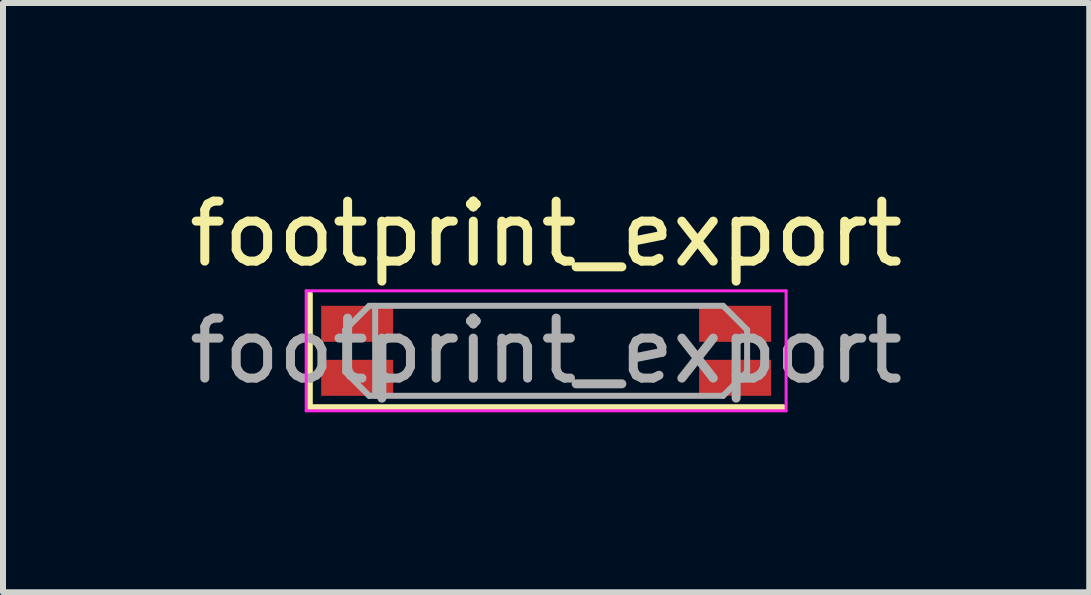
<source format=kicad_pcb>
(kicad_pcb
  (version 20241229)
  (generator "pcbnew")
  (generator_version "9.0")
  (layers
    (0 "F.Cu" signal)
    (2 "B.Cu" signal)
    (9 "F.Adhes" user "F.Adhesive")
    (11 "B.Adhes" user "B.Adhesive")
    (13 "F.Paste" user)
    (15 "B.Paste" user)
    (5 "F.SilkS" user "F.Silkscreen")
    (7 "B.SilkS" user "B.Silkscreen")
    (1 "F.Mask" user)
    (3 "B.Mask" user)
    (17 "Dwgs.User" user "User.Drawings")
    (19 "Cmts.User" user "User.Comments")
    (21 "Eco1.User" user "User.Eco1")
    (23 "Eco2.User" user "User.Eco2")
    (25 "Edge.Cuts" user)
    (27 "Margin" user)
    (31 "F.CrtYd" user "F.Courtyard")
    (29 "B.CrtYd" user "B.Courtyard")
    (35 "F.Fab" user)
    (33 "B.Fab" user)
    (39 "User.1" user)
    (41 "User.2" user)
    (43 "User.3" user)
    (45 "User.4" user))
  (footprint "footprint_export"
    (layer "F.Cu")
    (at 6.054 2.798)
    (property "Reference" "footprint_export" (at 0 -1.95 0) (layer "F.SilkS") (effects (font (size 1 1) (thickness 0.15))))
    (attr smd)
    (fp_line (start -3.95 -0.95) (end -3.95 0.95) (stroke (width 0.12) (type solid)) (layer "F.SilkS"))
    (fp_line (start -3.95 0.95) (end 3.95 0.95) (stroke (width 0.12) (type solid)) (layer "F.SilkS"))
    (fp_line (start -4 -1) (end -4 1) (stroke (width 0.05) (type solid)) (layer "F.CrtYd"))
    (fp_line (start -4 1) (end 4 1) (stroke (width 0.05) (type solid)) (layer "F.CrtYd"))
    (fp_line (start 4 -1) (end -4 -1) (stroke (width 0.05) (type solid)) (layer "F.CrtYd"))
    (fp_line (start 4 1) (end 4 -1) (stroke (width 0.05) (type solid)) (layer "F.CrtYd"))
    (fp_line (start -3.35 -0.35) (end -2.95 -0.75) (stroke (width 0.1) (type solid)) (layer "F.Fab"))
    (fp_line (start -3.35 0.35) (end -3.35 -0.35) (stroke (width 0.1) (type solid)) (layer "F.Fab"))
    (fp_line (start -2.95 -0.75) (end 2.95 -0.75) (stroke (width 0.1) (type solid)) (layer "F.Fab"))
    (fp_line (start -2.95 0.75) (end -3.35 0.35) (stroke (width 0.1) (type solid)) (layer "F.Fab"))
    (fp_line (start -2.85 -0.75) (end -2.85 0.75) (stroke (width 0.1) (type solid)) (layer "F.Fab"))
    (fp_line (start 2.95 -0.75) (end 3.35 -0.35) (stroke (width 0.1) (type solid)) (layer "F.Fab"))
    (fp_line (start 2.95 0.75) (end -2.95 0.75) (stroke (width 0.1) (type solid)) (layer "F.Fab"))
    (fp_line (start 3.35 -0.35) (end 3.35 0.35) (stroke (width 0.1) (type solid)) (layer "F.Fab"))
    (fp_line (start 3.35 0.35) (end 2.95 0.75) (stroke (width 0.1) (type solid)) (layer "F.Fab"))
    (fp_text user "${REFERENCE}" (at 0 0 0) (layer "F.Fab") (effects (font (size 1 1) (thickness 0.15))))
    (pad "1" smd rect (at -3.15 0.45) (size 1.2 0.6) (layers "F.Cu" "F.Mask" "F.Paste"))
    (pad "2" smd rect (at 3.15 0.45) (size 1.2 0.6) (layers "F.Cu" "F.Mask" "F.Paste"))
    (pad "3" smd rect (at 3.15 -0.45) (size 1.2 0.6) (layers "F.Cu" "F.Mask" "F.Paste"))
    (pad "4" smd rect (at -3.15 -0.45) (size 1.2 0.6) (layers "F.Cu" "F.Mask" "F.Paste")))
  (gr_rect
    (start -3 -3)
    (end 15.107 6.823)
    (stroke (width 0.1) (type default))
    (fill no)
    (layer "Edge.Cuts")))
</source>
